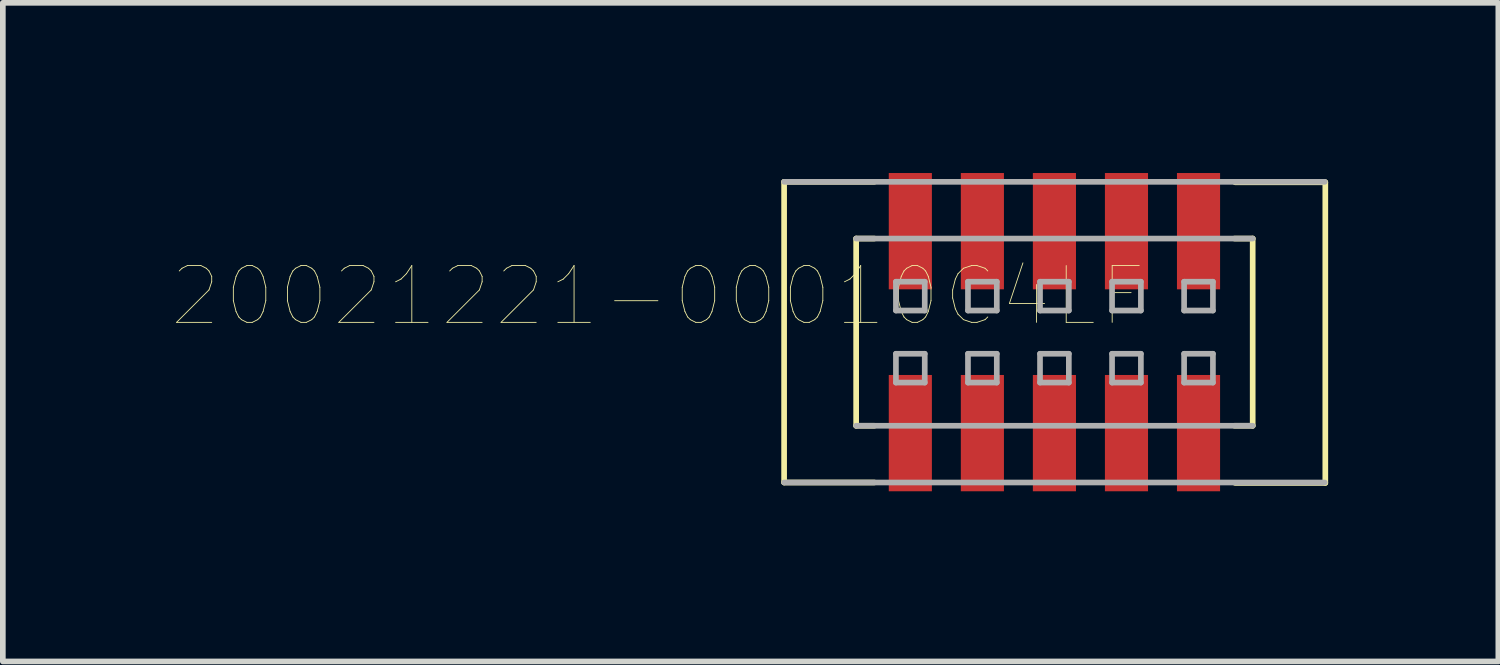
<source format=kicad_pcb>
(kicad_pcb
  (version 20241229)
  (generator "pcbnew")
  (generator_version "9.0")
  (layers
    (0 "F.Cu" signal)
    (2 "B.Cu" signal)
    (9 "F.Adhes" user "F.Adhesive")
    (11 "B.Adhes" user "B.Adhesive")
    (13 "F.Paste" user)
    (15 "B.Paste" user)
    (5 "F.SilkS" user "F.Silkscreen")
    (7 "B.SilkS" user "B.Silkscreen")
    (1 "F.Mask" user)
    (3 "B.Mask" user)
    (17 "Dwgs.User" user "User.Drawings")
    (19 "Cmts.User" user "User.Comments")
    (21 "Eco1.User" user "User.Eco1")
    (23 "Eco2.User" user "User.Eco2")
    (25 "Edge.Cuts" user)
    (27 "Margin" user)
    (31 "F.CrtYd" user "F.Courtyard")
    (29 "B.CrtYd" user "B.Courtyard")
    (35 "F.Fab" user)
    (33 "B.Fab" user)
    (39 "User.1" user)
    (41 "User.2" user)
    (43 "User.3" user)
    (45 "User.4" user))
  (footprint "20021221-00010C4LF"
    (layer "F.Cu")
    (at 15.537 2.805)
    (property "Reference" "20021221-00010C4LF" (at -6.99 -0.635 180) (layer "F.SilkS") (effects (font (size 1.001 1.001) (thickness 0.015))))
    (attr through_hole)
    (fp_line (start -4.765 -2.65) (end -4.765 2.65) (stroke (width 0.1) (type solid)) (layer "F.SilkS"))
    (fp_line (start -3.495 -1.65) (end -3.495 1.65) (stroke (width 0.1) (type solid)) (layer "F.SilkS"))
    (fp_line (start -3.495 1.65) (end -3.175 1.65) (stroke (width 0.1) (type solid)) (layer "F.SilkS"))
    (fp_line (start -3.175 -2.65) (end -4.765 -2.65) (stroke (width 0.1) (type solid)) (layer "F.SilkS"))
    (fp_line (start -3.175 -1.65) (end -3.495 -1.65) (stroke (width 0.1) (type solid)) (layer "F.SilkS"))
    (fp_line (start -3.175 2.65) (end -4.765 2.65) (stroke (width 0.1) (type solid)) (layer "F.SilkS"))
    (fp_line (start 3.175 1.65) (end 3.495 1.65) (stroke (width 0.1) (type solid)) (layer "F.SilkS"))
    (fp_line (start 3.185 -2.642) (end 4.775 -2.642) (stroke (width 0.1) (type solid)) (layer "F.SilkS"))
    (fp_line (start 3.185 2.658) (end 4.775 2.658) (stroke (width 0.1) (type solid)) (layer "F.SilkS"))
    (fp_line (start 3.495 -1.65) (end 3.175 -1.65) (stroke (width 0.1) (type solid)) (layer "F.SilkS"))
    (fp_line (start 3.495 1.65) (end 3.495 -1.65) (stroke (width 0.1) (type solid)) (layer "F.SilkS"))
    (fp_line (start 4.775 -2.642) (end 4.775 2.658) (stroke (width 0.1) (type solid)) (layer "F.SilkS"))
    (fp_line (start -4.765 2.65) (end 4.765 2.65) (stroke (width 0.1) (type solid)) (layer "F.Fab"))
    (fp_line (start -3.495 1.65) (end 3.495 1.65) (stroke (width 0.1) (type solid)) (layer "F.Fab"))
    (fp_line (start -2.794 -0.889) (end -2.794 -0.381) (stroke (width 0.1) (type solid)) (layer "F.Fab"))
    (fp_line (start -2.794 -0.381) (end -2.286 -0.381) (stroke (width 0.1) (type solid)) (layer "F.Fab"))
    (fp_line (start -2.794 0.381) (end -2.794 0.889) (stroke (width 0.1) (type solid)) (layer "F.Fab"))
    (fp_line (start -2.794 0.889) (end -2.286 0.889) (stroke (width 0.1) (type solid)) (layer "F.Fab"))
    (fp_line (start -2.286 -0.889) (end -2.794 -0.889) (stroke (width 0.1) (type solid)) (layer "F.Fab"))
    (fp_line (start -2.286 -0.381) (end -2.286 -0.889) (stroke (width 0.1) (type solid)) (layer "F.Fab"))
    (fp_line (start -2.286 0.381) (end -2.794 0.381) (stroke (width 0.1) (type solid)) (layer "F.Fab"))
    (fp_line (start -2.286 0.889) (end -2.286 0.381) (stroke (width 0.1) (type solid)) (layer "F.Fab"))
    (fp_line (start -1.524 -0.889) (end -1.524 -0.381) (stroke (width 0.1) (type solid)) (layer "F.Fab"))
    (fp_line (start -1.524 -0.381) (end -1.016 -0.381) (stroke (width 0.1) (type solid)) (layer "F.Fab"))
    (fp_line (start -1.524 0.381) (end -1.524 0.889) (stroke (width 0.1) (type solid)) (layer "F.Fab"))
    (fp_line (start -1.524 0.889) (end -1.016 0.889) (stroke (width 0.1) (type solid)) (layer "F.Fab"))
    (fp_line (start -1.016 -0.889) (end -1.524 -0.889) (stroke (width 0.1) (type solid)) (layer "F.Fab"))
    (fp_line (start -1.016 -0.381) (end -1.016 -0.889) (stroke (width 0.1) (type solid)) (layer "F.Fab"))
    (fp_line (start -1.016 0.381) (end -1.524 0.381) (stroke (width 0.1) (type solid)) (layer "F.Fab"))
    (fp_line (start -1.016 0.889) (end -1.016 0.381) (stroke (width 0.1) (type solid)) (layer "F.Fab"))
    (fp_line (start -0.254 -0.889) (end -0.254 -0.381) (stroke (width 0.1) (type solid)) (layer "F.Fab"))
    (fp_line (start -0.254 -0.381) (end 0.254 -0.381) (stroke (width 0.1) (type solid)) (layer "F.Fab"))
    (fp_line (start -0.254 0.381) (end -0.254 0.889) (stroke (width 0.1) (type solid)) (layer "F.Fab"))
    (fp_line (start -0.254 0.889) (end 0.254 0.889) (stroke (width 0.1) (type solid)) (layer "F.Fab"))
    (fp_line (start 0.254 -0.889) (end -0.254 -0.889) (stroke (width 0.1) (type solid)) (layer "F.Fab"))
    (fp_line (start 0.254 -0.381) (end 0.254 -0.889) (stroke (width 0.1) (type solid)) (layer "F.Fab"))
    (fp_line (start 0.254 0.381) (end -0.254 0.381) (stroke (width 0.1) (type solid)) (layer "F.Fab"))
    (fp_line (start 0.254 0.889) (end 0.254 0.381) (stroke (width 0.1) (type solid)) (layer "F.Fab"))
    (fp_line (start 1.016 -0.889) (end 1.016 -0.381) (stroke (width 0.1) (type solid)) (layer "F.Fab"))
    (fp_line (start 1.016 -0.381) (end 1.524 -0.381) (stroke (width 0.1) (type solid)) (layer "F.Fab"))
    (fp_line (start 1.016 0.381) (end 1.016 0.889) (stroke (width 0.1) (type solid)) (layer "F.Fab"))
    (fp_line (start 1.016 0.889) (end 1.524 0.889) (stroke (width 0.1) (type solid)) (layer "F.Fab"))
    (fp_line (start 1.524 -0.889) (end 1.016 -0.889) (stroke (width 0.1) (type solid)) (layer "F.Fab"))
    (fp_line (start 1.524 -0.381) (end 1.524 -0.889) (stroke (width 0.1) (type solid)) (layer "F.Fab"))
    (fp_line (start 1.524 0.381) (end 1.016 0.381) (stroke (width 0.1) (type solid)) (layer "F.Fab"))
    (fp_line (start 1.524 0.889) (end 1.524 0.381) (stroke (width 0.1) (type solid)) (layer "F.Fab"))
    (fp_line (start 2.286 -0.889) (end 2.286 -0.381) (stroke (width 0.1) (type solid)) (layer "F.Fab"))
    (fp_line (start 2.286 -0.381) (end 2.794 -0.381) (stroke (width 0.1) (type solid)) (layer "F.Fab"))
    (fp_line (start 2.286 0.381) (end 2.286 0.889) (stroke (width 0.1) (type solid)) (layer "F.Fab"))
    (fp_line (start 2.286 0.889) (end 2.794 0.889) (stroke (width 0.1) (type solid)) (layer "F.Fab"))
    (fp_line (start 2.794 -0.889) (end 2.286 -0.889) (stroke (width 0.1) (type solid)) (layer "F.Fab"))
    (fp_line (start 2.794 -0.381) (end 2.794 -0.889) (stroke (width 0.1) (type solid)) (layer "F.Fab"))
    (fp_line (start 2.794 0.381) (end 2.286 0.381) (stroke (width 0.1) (type solid)) (layer "F.Fab"))
    (fp_line (start 2.794 0.889) (end 2.794 0.381) (stroke (width 0.1) (type solid)) (layer "F.Fab"))
    (fp_line (start 3.495 -1.65) (end -3.495 -1.65) (stroke (width 0.1) (type solid)) (layer "F.Fab"))
    (fp_line (start 4.765 -2.65) (end -4.765 -2.65) (stroke (width 0.1) (type solid)) (layer "F.Fab"))
    (pad "1" smd rect (at -2.54 1.78) (size 0.76 2.05) (layers "F.Cu" "F.Mask" "F.Paste"))
    (pad "2" smd rect (at -2.54 -1.78) (size 0.76 2.05) (layers "F.Cu" "F.Mask" "F.Paste"))
    (pad "3" smd rect (at -1.27 1.78) (size 0.76 2.05) (layers "F.Cu" "F.Mask" "F.Paste"))
    (pad "4" smd rect (at -1.27 -1.78) (size 0.76 2.05) (layers "F.Cu" "F.Mask" "F.Paste"))
    (pad "5" smd rect (at 0 1.78) (size 0.76 2.05) (layers "F.Cu" "F.Mask" "F.Paste"))
    (pad "6" smd rect (at 0 -1.78) (size 0.76 2.05) (layers "F.Cu" "F.Mask" "F.Paste"))
    (pad "7" smd rect (at 1.27 1.78) (size 0.76 2.05) (layers "F.Cu" "F.Mask" "F.Paste"))
    (pad "8" smd rect (at 1.27 -1.78) (size 0.76 2.05) (layers "F.Cu" "F.Mask" "F.Paste"))
    (pad "9" smd rect (at 2.54 1.78) (size 0.76 2.05) (layers "F.Cu" "F.Mask" "F.Paste"))
    (pad "10" smd rect (at 2.54 -1.78) (size 0.76 2.05) (layers "F.Cu" "F.Mask" "F.Paste")))
  (gr_rect
    (start -3 -3)
    (end 23.362 8.61)
    (stroke (width 0.1) (type default))
    (fill no)
    (layer "Edge.Cuts")))
</source>
